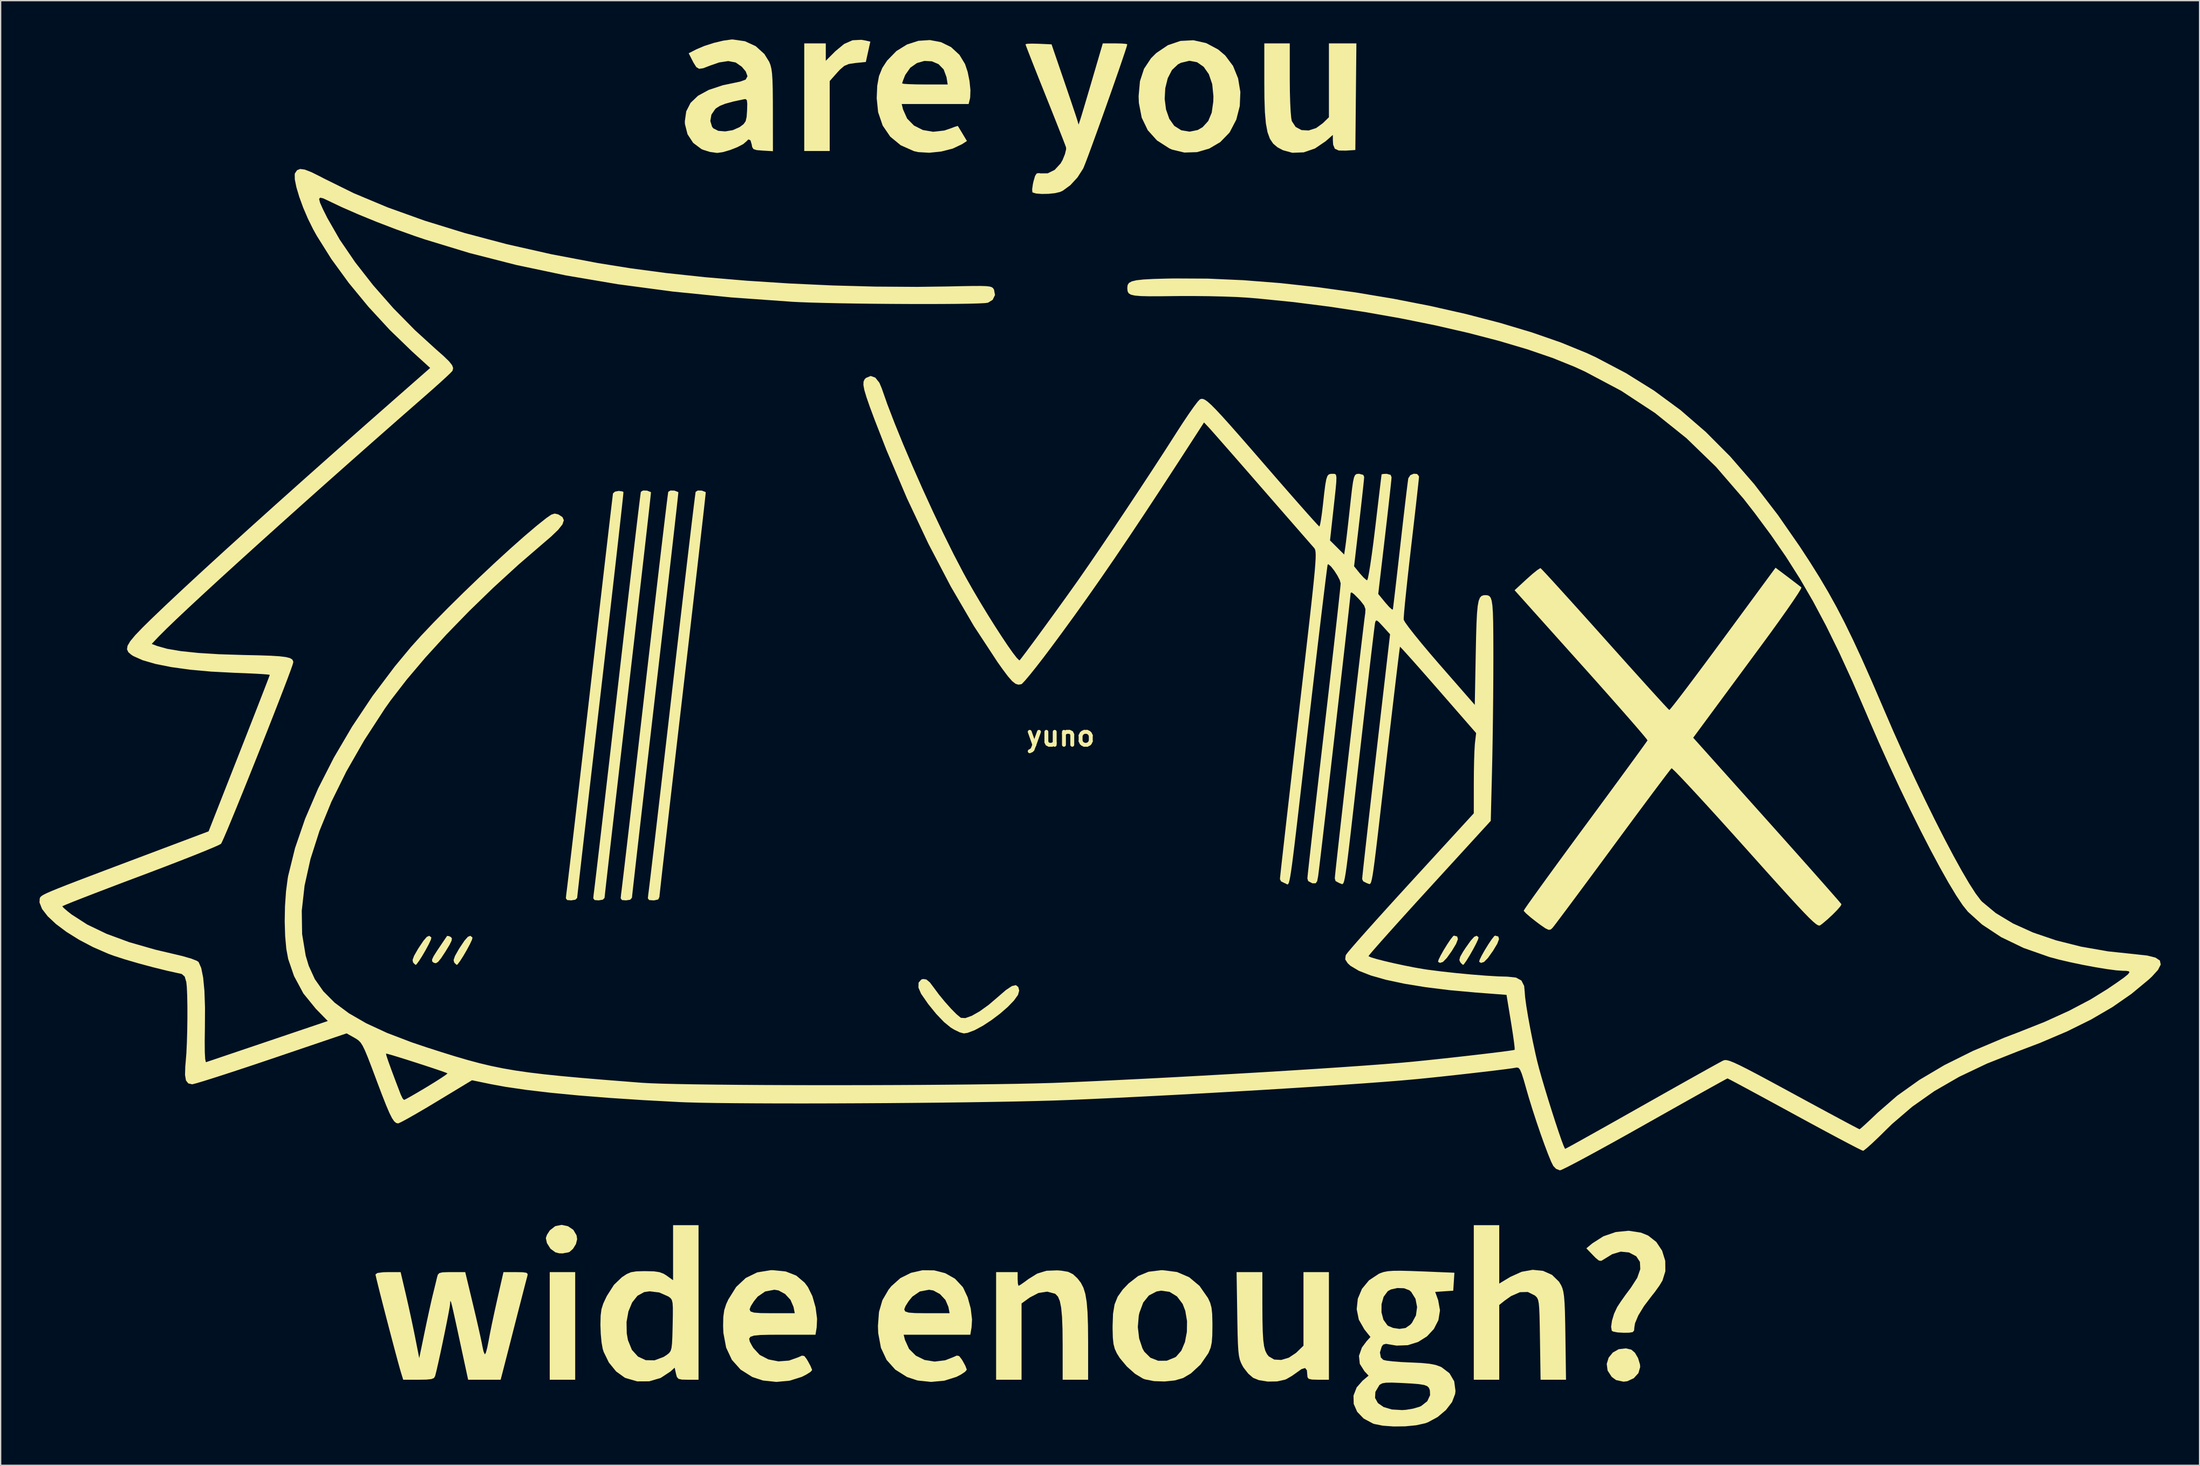
<source format=kicad_pcb>
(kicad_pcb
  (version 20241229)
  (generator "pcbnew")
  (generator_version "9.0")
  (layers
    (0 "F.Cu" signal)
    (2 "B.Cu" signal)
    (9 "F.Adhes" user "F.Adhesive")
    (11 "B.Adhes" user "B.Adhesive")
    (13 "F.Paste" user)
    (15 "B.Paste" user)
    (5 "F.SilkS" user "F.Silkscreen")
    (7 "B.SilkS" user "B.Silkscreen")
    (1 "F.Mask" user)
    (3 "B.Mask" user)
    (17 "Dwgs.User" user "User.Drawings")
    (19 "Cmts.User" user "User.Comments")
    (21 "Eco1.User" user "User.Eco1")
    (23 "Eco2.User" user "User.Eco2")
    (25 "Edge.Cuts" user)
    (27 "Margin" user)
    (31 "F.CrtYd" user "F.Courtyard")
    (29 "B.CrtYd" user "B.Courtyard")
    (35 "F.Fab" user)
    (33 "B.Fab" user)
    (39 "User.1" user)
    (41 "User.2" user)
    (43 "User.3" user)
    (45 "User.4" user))
  (footprint "yuno"
    (layer "F.Cu")
    (at 78.866 53.823)
    (property "Reference" "yuno" (at 0 0 0) (layer "F.SilkS") (effects (font (size 1.5 1.5) (thickness 0.3))))
    (attr board_only exclude_from_pos_files exclude_from_bom)
    (fp_poly (pts (xy -37.495 45.584) (xy -37.495 49.742) (xy -38.478 49.742) (xy -39.461 49.742) (xy -39.461 45.584) (xy -39.461 41.426) (xy -38.478 41.426) (xy -37.495 41.426)) (stroke (width 0) (type solid)) (fill yes) (layer "F.SilkS"))
    (fp_poly (pts (xy 30.619 15.49) (xy 30.676 15.692) (xy 30.536 16.06) (xy 30.212 16.598) (xy 29.817 17.154) (xy 29.519 17.458) (xy 29.289 17.533) (xy 29.142 17.45) (xy 29.177 17.295) (xy 29.336 16.967) (xy 29.574 16.545) (xy 29.845 16.104) (xy 30.101 15.722) (xy 30.296 15.475) (xy 30.368 15.424)) (stroke (width 0) (type solid)) (fill yes) (layer "F.SilkS"))
    (fp_poly (pts (xy 33.794 15.49) (xy 33.851 15.692) (xy 33.711 16.06) (xy 33.387 16.598) (xy 32.992 17.154) (xy 32.694 17.458) (xy 32.464 17.533) (xy 32.317 17.45) (xy 32.352 17.295) (xy 32.511 16.967) (xy 32.749 16.545) (xy 33.02 16.104) (xy 33.276 15.722) (xy 33.471 15.475) (xy 33.543 15.424)) (stroke (width 0) (type solid)) (fill yes) (layer "F.SilkS"))
    (fp_poly (pts (xy 44.065 47.417) (xy 44.344 47.653) (xy 44.588 48.072) (xy 44.734 48.553) (xy 44.752 48.758) (xy 44.615 49.233) (xy 44.257 49.624) (xy 43.759 49.857) (xy 43.467 49.893) (xy 42.89 49.769) (xy 42.553 49.522) (xy 42.234 49.033) (xy 42.168 48.52) (xy 42.315 48.037) (xy 42.637 47.64) (xy 43.093 47.382) (xy 43.646 47.318)) (stroke (width 0) (type solid)) (fill yes) (layer "F.SilkS"))
    (fp_poly (pts (xy -48.627 15.544) (xy -48.603 15.58) (xy -48.644 15.75) (xy -48.805 16.094) (xy -49.041 16.534) (xy -49.307 16.99) (xy -49.557 17.384) (xy -49.747 17.637) (xy -49.817 17.689) (xy -49.932 17.591) (xy -50.016 17.497) (xy -50.055 17.31) (xy -49.939 16.986) (xy -49.651 16.481) (xy -49.577 16.363) (xy -49.214 15.821) (xy -48.956 15.522) (xy -48.772 15.439)) (stroke (width 0) (type solid)) (fill yes) (layer "F.SilkS"))
    (fp_poly (pts (xy -45.444 15.556) (xy -45.428 15.58) (xy -45.469 15.75) (xy -45.63 16.094) (xy -45.866 16.534) (xy -46.132 16.99) (xy -46.382 17.384) (xy -46.572 17.637) (xy -46.642 17.689) (xy -46.757 17.591) (xy -46.843 17.494) (xy -46.886 17.31) (xy -46.779 16.997) (xy -46.503 16.507) (xy -46.412 16.36) (xy -46.047 15.815) (xy -45.784 15.516) (xy -45.594 15.438)) (stroke (width 0) (type solid)) (fill yes) (layer "F.SilkS"))
    (fp_poly (pts (xy 32.259 15.541) (xy 32.272 15.561) (xy 32.23 15.727) (xy 32.07 16.069) (xy 31.837 16.509) (xy 31.575 16.969) (xy 31.328 17.368) (xy 31.142 17.63) (xy 31.071 17.689) (xy 30.955 17.59) (xy 30.85 17.471) (xy 30.786 17.306) (xy 30.849 17.062) (xy 31.064 16.68) (xy 31.291 16.337) (xy 31.669 15.808) (xy 31.934 15.516) (xy 32.12 15.436)) (stroke (width 0) (type solid)) (fill yes) (layer "F.SilkS"))
    (fp_poly (pts (xy -38.051 37.88) (xy -37.639 38.159) (xy -37.387 38.586) (xy -37.344 38.884) (xy -37.437 39.258) (xy -37.661 39.623) (xy -37.937 39.87) (xy -38.088 39.914) (xy -38.352 39.956) (xy -38.428 39.978) (xy -38.712 39.977) (xy -39.023 39.897) (xy -39.402 39.622) (xy -39.678 39.184) (xy -39.763 38.794) (xy -39.676 38.544) (xy -39.463 38.214) (xy -39.45 38.196) (xy -39.035 37.873) (xy -38.542 37.776)) (stroke (width 0) (type solid)) (fill yes) (layer "F.SilkS"))
    (fp_poly (pts (xy -47.241 15.463) (xy -47.113 15.524) (xy -47.018 15.627) (xy -47.039 15.811) (xy -47.194 16.13) (xy -47.503 16.639) (xy -47.517 16.662) (xy -47.852 17.17) (xy -48.083 17.455) (xy -48.256 17.559) (xy -48.415 17.523) (xy -48.419 17.521) (xy -48.539 17.421) (xy -48.549 17.272) (xy -48.429 17.014) (xy -48.158 16.587) (xy -48.056 16.434) (xy -47.748 15.976) (xy -47.511 15.627) (xy -47.391 15.452) (xy -47.386 15.445)) (stroke (width 0) (type solid)) (fill yes) (layer "F.SilkS"))
    (fp_poly (pts (xy -15.149 -53.755) (xy -14.702 -53.657) (xy -14.876 -52.871) (xy -15.049 -52.085) (xy -15.863 -52.003) (xy -16.364 -51.928) (xy -16.717 -51.78) (xy -17.052 -51.491) (xy -17.259 -51.266) (xy -17.84 -50.61) (xy -17.84 -47.908) (xy -17.84 -45.206) (xy -18.823 -45.206) (xy -19.806 -45.206) (xy -19.806 -49.364) (xy -19.806 -53.521) (xy -18.974 -53.521) (xy -18.143 -53.521) (xy -18.143 -52.848) (xy -18.143 -52.175) (xy -17.404 -52.914) (xy -16.729 -53.475) (xy -16.076 -53.763) (xy -15.393 -53.797)) (stroke (width 0) (type solid)) (fill yes) (layer "F.SilkS"))
    (fp_poly (pts (xy -10.374 18.814) (xy -10.107 19.037) (xy -9.794 19.451) (xy -9.4 19.983) (xy -8.939 20.545) (xy -8.469 21.071) (xy -8.049 21.496) (xy -7.738 21.754) (xy -7.699 21.778) (xy -7.366 21.798) (xy -6.871 21.621) (xy -6.256 21.272) (xy -5.565 20.775) (xy -4.849 20.163) (xy -4.228 19.626) (xy -3.771 19.323) (xy -3.46 19.25) (xy -3.274 19.401) (xy -3.205 19.672) (xy -3.299 20.007) (xy -3.61 20.441) (xy -4.089 20.936) (xy -4.682 21.452) (xy -5.341 21.95) (xy -6.013 22.39) (xy -6.648 22.733) (xy -7.194 22.939) (xy -7.482 22.981) (xy -7.791 22.9) (xy -8.223 22.692) (xy -8.493 22.528) (xy -9.018 22.098) (xy -9.616 21.472) (xy -10.223 20.725) (xy -10.776 19.929) (xy -10.788 19.91) (xy -10.988 19.442) (xy -10.977 19.055) (xy -10.765 18.816) (xy -10.625 18.775)) (stroke (width 0) (type solid)) (fill yes) (layer "F.SilkS"))
    (fp_poly (pts (xy 17.689 -50.747) (xy 17.698 -49.81) (xy 17.722 -48.96) (xy 17.758 -48.253) (xy 17.804 -47.746) (xy 17.848 -47.517) (xy 18.142 -47.065) (xy 18.596 -46.822) (xy 19.145 -46.791) (xy 19.727 -46.978) (xy 20.245 -47.355) (xy 20.713 -47.812) (xy 20.713 -50.667) (xy 20.713 -53.521) (xy 21.774 -53.521) (xy 22.835 -53.521) (xy 22.794 -49.401) (xy 22.754 -45.282) (xy 22.013 -45.235) (xy 21.476 -45.241) (xy 21.171 -45.378) (xy 21.039 -45.691) (xy 21.018 -46.015) (xy 21.015 -46.447) (xy 20.46 -45.959) (xy 19.638 -45.401) (xy 18.764 -45.1) (xy 17.888 -45.067) (xy 17.16 -45.267) (xy 16.74 -45.491) (xy 16.408 -45.773) (xy 16.155 -46.15) (xy 15.971 -46.656) (xy 15.846 -47.328) (xy 15.769 -48.201) (xy 15.732 -49.31) (xy 15.724 -50.441) (xy 15.724 -53.521) (xy 16.707 -53.521) (xy 17.689 -53.521)) (stroke (width 0) (type solid)) (fill yes) (layer "F.SilkS"))
    (fp_poly (pts (xy 33.867 40.054) (xy 33.867 42.311) (xy 34.727 41.793) (xy 35.596 41.4) (xy 36.453 41.248) (xy 37.251 41.33) (xy 37.943 41.639) (xy 38.482 42.166) (xy 38.651 42.449) (xy 38.745 42.672) (xy 38.817 42.942) (xy 38.871 43.304) (xy 38.911 43.8) (xy 38.94 44.473) (xy 38.961 45.367) (xy 38.977 46.378) (xy 39.023 49.742) (xy 38.041 49.742) (xy 37.059 49.742) (xy 37.013 46.629) (xy 36.996 45.583) (xy 36.978 44.799) (xy 36.955 44.232) (xy 36.92 43.841) (xy 36.869 43.584) (xy 36.797 43.419) (xy 36.699 43.304) (xy 36.609 43.227) (xy 36.073 42.961) (xy 35.466 42.977) (xy 34.779 43.279) (xy 34.27 43.64) (xy 33.867 43.964) (xy 33.867 46.853) (xy 33.867 49.742) (xy 32.884 49.742) (xy 31.901 49.742) (xy 31.901 43.77) (xy 31.901 37.798) (xy 32.884 37.798) (xy 33.867 37.798)) (stroke (width 0) (type solid)) (fill yes) (layer "F.SilkS"))
    (fp_poly (pts (xy 0.037 41.313) (xy 0.57 41.402) (xy 0.95 41.589) (xy 1.297 41.915) (xy 1.554 42.244) (xy 1.753 42.629) (xy 1.901 43.11) (xy 2.005 43.729) (xy 2.071 44.525) (xy 2.106 45.54) (xy 2.117 46.815) (xy 2.117 46.876) (xy 2.117 49.742) (xy 1.134 49.742) (xy 0.151 49.742) (xy 0.15 47.058) (xy 0.139 45.839) (xy 0.102 44.888) (xy 0.035 44.174) (xy -0.068 43.664) (xy -0.211 43.324) (xy -0.399 43.122) (xy -0.45 43.091) (xy -1.047 42.935) (xy -1.716 43.038) (xy -2.39 43.388) (xy -2.396 43.393) (xy -3.024 43.847) (xy -3.024 46.794) (xy -3.024 49.742) (xy -4.007 49.742) (xy -4.989 49.742) (xy -4.989 45.584) (xy -4.989 41.426) (xy -4.158 41.426) (xy -3.326 41.426) (xy -3.326 41.955) (xy -3.308 42.305) (xy -3.262 42.48) (xy -3.252 42.485) (xy -3.101 42.4) (xy -2.788 42.182) (xy -2.492 41.962) (xy -1.811 41.538) (xy -1.104 41.322) (xy -0.268 41.29)) (stroke (width 0) (type solid)) (fill yes) (layer "F.SilkS"))
    (fp_poly (pts (xy 44.808 38.374) (xy 45.363 38.599) (xy 45.995 39.094) (xy 46.444 39.769) (xy 46.686 40.549) (xy 46.696 41.359) (xy 46.474 42.076) (xy 46.24 42.464) (xy 45.894 42.949) (xy 45.634 43.277) (xy 45.042 44.058) (xy 44.606 44.775) (xy 44.353 45.378) (xy 44.301 45.697) (xy 44.282 45.936) (xy 44.179 46.06) (xy 43.916 46.106) (xy 43.476 46.113) (xy 43.002 46.086) (xy 42.661 46.018) (xy 42.557 45.956) (xy 42.506 45.649) (xy 42.574 45.177) (xy 42.736 44.64) (xy 42.969 44.139) (xy 42.983 44.115) (xy 43.245 43.714) (xy 43.617 43.187) (xy 44.02 42.648) (xy 44.034 42.629) (xy 44.526 41.864) (xy 44.758 41.194) (xy 44.731 40.635) (xy 44.446 40.203) (xy 43.903 39.914) (xy 43.873 39.905) (xy 43.25 39.844) (xy 42.592 40.04) (xy 41.946 40.438) (xy 41.744 40.558) (xy 41.564 40.535) (xy 41.321 40.338) (xy 41.115 40.129) (xy 40.595 39.588) (xy 41.048 39.209) (xy 41.909 38.658) (xy 42.87 38.328) (xy 43.86 38.23)) (stroke (width 0) (type solid)) (fill yes) (layer "F.SilkS"))
    (fp_poly (pts (xy 15.574 43.959) (xy 15.581 45.105) (xy 15.601 45.991) (xy 15.641 46.658) (xy 15.705 47.148) (xy 15.799 47.501) (xy 15.928 47.761) (xy 16.066 47.936) (xy 16.488 48.183) (xy 17.03 48.213) (xy 17.617 48.038) (xy 18.172 47.668) (xy 18.231 47.612) (xy 18.748 47.112) (xy 18.748 44.269) (xy 18.748 41.426) (xy 19.73 41.426) (xy 20.713 41.426) (xy 20.713 45.584) (xy 20.713 49.742) (xy 19.882 49.742) (xy 19.399 49.728) (xy 19.148 49.67) (xy 19.057 49.543) (xy 19.05 49.452) (xy 19.011 49.007) (xy 18.871 48.835) (xy 18.596 48.921) (xy 18.3 49.132) (xy 17.863 49.442) (xy 17.444 49.684) (xy 17.323 49.737) (xy 16.701 49.873) (xy 15.985 49.884) (xy 15.307 49.775) (xy 14.861 49.596) (xy 14.488 49.275) (xy 14.132 48.822) (xy 14.03 48.651) (xy 13.916 48.42) (xy 13.829 48.181) (xy 13.765 47.889) (xy 13.719 47.499) (xy 13.686 46.966) (xy 13.662 46.243) (xy 13.643 45.286) (xy 13.634 44.715) (xy 13.582 41.426) (xy 14.577 41.426) (xy 15.573 41.426)) (stroke (width 0) (type solid)) (fill yes) (layer "F.SilkS"))
    (fp_poly (pts (xy 11.233 -53.543) (xy 12.159 -53.05) (xy 12.707 -52.584) (xy 13.31 -51.777) (xy 13.7 -50.815) (xy 13.874 -49.762) (xy 13.829 -48.68) (xy 13.561 -47.632) (xy 13.067 -46.681) (xy 13.013 -46.605) (xy 12.324 -45.894) (xy 11.474 -45.393) (xy 10.528 -45.117) (xy 9.55 -45.085) (xy 8.604 -45.312) (xy 8.391 -45.406) (xy 7.435 -46.02) (xy 6.722 -46.812) (xy 6.255 -47.781) (xy 6.035 -48.923) (xy 6.024 -49.23) (xy 8.029 -49.23) (xy 8.132 -48.417) (xy 8.387 -47.69) (xy 8.77 -47.148) (xy 9.307 -46.808) (xy 9.945 -46.7) (xy 10.583 -46.828) (xy 10.959 -47.046) (xy 11.392 -47.522) (xy 11.661 -48.163) (xy 11.782 -49.016) (xy 11.793 -49.44) (xy 11.7 -50.374) (xy 11.44 -51.139) (xy 11.04 -51.711) (xy 10.53 -52.066) (xy 9.935 -52.177) (xy 9.285 -52.02) (xy 9.059 -51.903) (xy 8.594 -51.465) (xy 8.265 -50.826) (xy 8.075 -50.057) (xy 8.029 -49.23) (xy 6.024 -49.23) (xy 6.016 -49.444) (xy 6.12 -50.595) (xy 6.432 -51.555) (xy 6.971 -52.367) (xy 7.378 -52.774) (xy 8.277 -53.381) (xy 9.248 -53.711) (xy 10.248 -53.764)) (stroke (width 0) (type solid)) (fill yes) (layer "F.SilkS"))
    (fp_poly (pts (xy -33.845 -18.9) (xy -33.769 -18.851) (xy -33.78 -18.699) (xy -33.825 -18.266) (xy -33.9 -17.572) (xy -34.003 -16.637) (xy -34.132 -15.482) (xy -34.285 -14.125) (xy -34.46 -12.586) (xy -34.654 -10.886) (xy -34.865 -9.044) (xy -35.092 -7.08) (xy -35.33 -5.014) (xy -35.535 -3.244) (xy -35.784 -1.105) (xy -36.022 0.951) (xy -36.248 2.903) (xy -36.459 4.732) (xy -36.653 6.418) (xy -36.828 7.94) (xy -36.981 9.278) (xy -37.11 10.412) (xy -37.213 11.323) (xy -37.288 11.989) (xy -37.332 12.392) (xy -37.343 12.511) (xy -37.478 12.648) (xy -37.804 12.7) (xy -38.114 12.676) (xy -38.216 12.541) (xy -38.182 12.209) (xy -38.153 11.992) (xy -38.093 11.496) (xy -38.003 10.742) (xy -37.885 9.749) (xy -37.743 8.54) (xy -37.579 7.136) (xy -37.395 5.556) (xy -37.193 3.822) (xy -36.977 1.956) (xy -36.748 -0.023) (xy -36.509 -2.093) (xy -36.358 -3.402) (xy -36.115 -5.511) (xy -35.881 -7.537) (xy -35.659 -9.459) (xy -35.451 -11.258) (xy -35.26 -12.913) (xy -35.087 -14.403) (xy -34.935 -15.708) (xy -34.807 -16.807) (xy -34.704 -17.68) (xy -34.63 -18.307) (xy -34.587 -18.667) (xy -34.576 -18.748) (xy -34.423 -18.883) (xy -34.128 -18.94)) (stroke (width 0) (type solid)) (fill yes) (layer "F.SilkS"))
    (fp_poly (pts (xy -31.955 -18.964) (xy -31.669 -18.855) (xy -31.644 -18.837) (xy -31.657 -18.687) (xy -31.702 -18.256) (xy -31.778 -17.564) (xy -31.883 -16.631) (xy -32.013 -15.478) (xy -32.167 -14.122) (xy -32.343 -12.586) (xy -32.538 -10.887) (xy -32.749 -9.046) (xy -32.976 -7.083) (xy -33.215 -5.018) (xy -33.42 -3.246) (xy -33.668 -1.107) (xy -33.906 0.949) (xy -34.132 2.902) (xy -34.343 4.731) (xy -34.537 6.416) (xy -34.712 7.938) (xy -34.865 9.277) (xy -34.994 10.411) (xy -35.098 11.322) (xy -35.172 11.988) (xy -35.216 12.391) (xy -35.227 12.51) (xy -35.361 12.648) (xy -35.688 12.7) (xy -35.998 12.676) (xy -36.099 12.541) (xy -36.066 12.209) (xy -36.037 11.992) (xy -35.977 11.496) (xy -35.887 10.742) (xy -35.77 9.749) (xy -35.628 8.54) (xy -35.464 7.135) (xy -35.28 5.554) (xy -35.079 3.819) (xy -34.862 1.95) (xy -34.634 -0.031) (xy -34.395 -2.104) (xy -34.237 -3.477) (xy -33.993 -5.591) (xy -33.759 -7.621) (xy -33.535 -9.548) (xy -33.325 -11.351) (xy -33.131 -13.009) (xy -32.956 -14.502) (xy -32.801 -15.811) (xy -32.669 -16.914) (xy -32.563 -17.791) (xy -32.485 -18.422) (xy -32.437 -18.786) (xy -32.423 -18.871) (xy -32.255 -18.971)) (stroke (width 0) (type solid)) (fill yes) (layer "F.SilkS"))
    (fp_poly (pts (xy -29.838 -18.964) (xy -29.551 -18.855) (xy -29.528 -18.838) (xy -29.541 -18.688) (xy -29.587 -18.257) (xy -29.663 -17.566) (xy -29.768 -16.633) (xy -29.898 -15.48) (xy -30.052 -14.125) (xy -30.228 -12.588) (xy -30.423 -10.89) (xy -30.635 -9.05) (xy -30.861 -7.087) (xy -31.1 -5.022) (xy -31.305 -3.262) (xy -31.553 -1.123) (xy -31.791 0.932) (xy -32.017 2.885) (xy -32.227 4.714) (xy -32.421 6.4) (xy -32.596 7.922) (xy -32.749 9.26) (xy -32.878 10.395) (xy -32.981 11.306) (xy -33.056 11.973) (xy -33.1 12.376) (xy -33.111 12.496) (xy -33.247 12.651) (xy -33.571 12.7) (xy -33.881 12.676) (xy -33.983 12.54) (xy -33.95 12.209) (xy -33.921 11.992) (xy -33.861 11.496) (xy -33.771 10.742) (xy -33.654 9.749) (xy -33.512 8.54) (xy -33.348 7.135) (xy -33.165 5.554) (xy -32.963 3.819) (xy -32.747 1.95) (xy -32.519 -0.031) (xy -32.28 -2.104) (xy -32.122 -3.477) (xy -31.879 -5.591) (xy -31.644 -7.621) (xy -31.421 -9.548) (xy -31.211 -11.351) (xy -31.017 -13.009) (xy -30.841 -14.502) (xy -30.686 -15.811) (xy -30.555 -16.914) (xy -30.448 -17.791) (xy -30.37 -18.422) (xy -30.322 -18.786) (xy -30.308 -18.871) (xy -30.139 -18.971)) (stroke (width 0) (type solid)) (fill yes) (layer "F.SilkS"))
    (fp_poly (pts (xy -27.721 -18.964) (xy -27.434 -18.855) (xy -27.413 -18.839) (xy -27.426 -18.689) (xy -27.472 -18.258) (xy -27.548 -17.567) (xy -27.653 -16.635) (xy -27.784 -15.482) (xy -27.938 -14.128) (xy -28.114 -12.592) (xy -28.31 -10.895) (xy -28.522 -9.056) (xy -28.748 -7.096) (xy -28.988 -5.033) (xy -29.186 -3.323) (xy -29.435 -1.187) (xy -29.673 0.867) (xy -29.899 2.819) (xy -30.11 4.647) (xy -30.304 6.334) (xy -30.478 7.857) (xy -30.631 9.196) (xy -30.761 10.332) (xy -30.863 11.245) (xy -30.937 11.913) (xy -30.981 12.317) (xy -30.991 12.435) (xy -31.084 12.632) (xy -31.397 12.699) (xy -31.464 12.7) (xy -31.781 12.677) (xy -31.885 12.545) (xy -31.849 12.211) (xy -31.848 12.209) (xy -31.819 11.992) (xy -31.758 11.496) (xy -31.667 10.742) (xy -31.55 9.749) (xy -31.407 8.54) (xy -31.242 7.135) (xy -31.058 5.554) (xy -30.856 3.819) (xy -30.639 1.95) (xy -30.409 -0.031) (xy -30.17 -2.103) (xy -30.012 -3.477) (xy -29.768 -5.591) (xy -29.532 -7.621) (xy -29.308 -9.548) (xy -29.098 -11.351) (xy -28.903 -13.009) (xy -28.727 -14.502) (xy -28.572 -15.811) (xy -28.44 -16.914) (xy -28.333 -17.791) (xy -28.254 -18.422) (xy -28.206 -18.786) (xy -28.192 -18.871) (xy -28.023 -18.972)) (stroke (width 0) (type solid)) (fill yes) (layer "F.SilkS"))
    (fp_poly (pts (xy -9.771 41.29) (xy -8.917 41.509) (xy -8.166 41.935) (xy -7.575 42.567) (xy -7.523 42.647) (xy -7.183 43.377) (xy -6.949 44.236) (xy -6.848 45.092) (xy -6.882 45.675) (xy -6.981 46.264) (xy -9.555 46.264) (xy -12.128 46.264) (xy -12.026 46.671) (xy -11.711 47.361) (xy -11.188 47.882) (xy -10.511 48.215) (xy -9.736 48.34) (xy -8.917 48.237) (xy -8.311 48.001) (xy -8.026 47.875) (xy -7.844 47.912) (xy -7.655 48.153) (xy -7.571 48.287) (xy -7.368 48.657) (xy -7.262 48.934) (xy -7.257 48.973) (xy -7.384 49.128) (xy -7.711 49.345) (xy -8.051 49.52) (xy -8.99 49.816) (xy -10.029 49.91) (xy -11.055 49.801) (xy -11.868 49.533) (xy -12.776 48.961) (xy -13.446 48.211) (xy -13.884 47.275) (xy -14.094 46.145) (xy -14.115 45.584) (xy -14.034 44.503) (xy -13.976 44.303) (xy -12.083 44.303) (xy -12.013 44.464) (xy -11.743 44.554) (xy -11.24 44.592) (xy -10.471 44.601) (xy -10.338 44.601) (xy -8.58 44.601) (xy -8.674 44.11) (xy -8.903 43.576) (xy -9.32 43.128) (xy -9.832 42.846) (xy -10.17 42.789) (xy -10.878 42.921) (xy -11.459 43.32) (xy -11.751 43.681) (xy -11.985 44.049) (xy -12.083 44.303) (xy -13.976 44.303) (xy -13.772 43.6) (xy -13.301 42.79) (xy -13.082 42.515) (xy -12.384 41.891) (xy -11.561 41.48) (xy -10.671 41.28)) (stroke (width 0) (type solid)) (fill yes) (layer "F.SilkS"))
    (fp_poly (pts (xy -9.245 -53.616) (xy -8.47 -53.235) (xy -7.821 -52.637) (xy -7.387 -51.922) (xy -7.187 -51.323) (xy -7.043 -50.613) (xy -6.972 -49.914) (xy -6.991 -49.343) (xy -7.014 -49.225) (xy -7.112 -48.835) (xy -9.695 -48.835) (xy -12.279 -48.835) (xy -12.177 -48.419) (xy -11.861 -47.711) (xy -11.333 -47.173) (xy -10.645 -46.826) (xy -9.847 -46.691) (xy -8.991 -46.787) (xy -8.514 -46.947) (xy -8.162 -47.082) (xy -7.958 -47.139) (xy -7.941 -47.136) (xy -7.854 -46.994) (xy -7.667 -46.685) (xy -7.579 -46.537) (xy -7.243 -45.978) (xy -7.621 -45.731) (xy -8.337 -45.392) (xy -9.22 -45.166) (xy -10.149 -45.069) (xy -11.005 -45.119) (xy -11.34 -45.196) (xy -12.355 -45.648) (xy -13.163 -46.312) (xy -13.749 -47.171) (xy -14.102 -48.205) (xy -14.21 -49.288) (xy -14.17 -50.241) (xy -14.137 -50.427) (xy -12.246 -50.427) (xy -12.105 -50.395) (xy -11.721 -50.37) (xy -11.153 -50.352) (xy -10.488 -50.346) (xy -8.729 -50.346) (xy -8.82 -50.913) (xy -9.039 -51.508) (xy -9.437 -51.916) (xy -9.953 -52.136) (xy -10.528 -52.165) (xy -11.101 -52.002) (xy -11.611 -51.645) (xy -12 -51.093) (xy -12.038 -51.006) (xy -12.176 -50.655) (xy -12.245 -50.441) (xy -12.246 -50.427) (xy -14.137 -50.427) (xy -14.036 -50.989) (xy -13.78 -51.621) (xy -13.407 -52.191) (xy -12.691 -52.927) (xy -11.87 -53.436) (xy -10.992 -53.719) (xy -10.101 -53.778)) (stroke (width 0) (type solid)) (fill yes) (layer "F.SilkS"))
    (fp_poly (pts (xy 8.979 41.417) (xy 9.922 41.822) (xy 10.721 42.492) (xy 11.371 43.425) (xy 11.383 43.447) (xy 11.544 43.798) (xy 11.645 44.172) (xy 11.698 44.656) (xy 11.716 45.332) (xy 11.717 45.584) (xy 11.706 46.334) (xy 11.665 46.866) (xy 11.58 47.264) (xy 11.438 47.613) (xy 11.383 47.721) (xy 10.799 48.566) (xy 10.061 49.249) (xy 9.453 49.61) (xy 8.809 49.797) (xy 8.018 49.877) (xy 7.209 49.85) (xy 6.512 49.713) (xy 6.35 49.652) (xy 5.736 49.279) (xy 5.108 48.72) (xy 4.565 48.069) (xy 4.334 47.701) (xy 4.176 47.357) (xy 4.077 46.983) (xy 4.025 46.495) (xy 4.007 45.81) (xy 4.007 45.671) (xy 5.955 45.671) (xy 6.058 46.555) (xy 6.318 47.33) (xy 6.456 47.574) (xy 6.926 48.041) (xy 7.53 48.277) (xy 8.19 48.272) (xy 8.83 48.013) (xy 8.92 47.951) (xy 9.316 47.494) (xy 9.594 46.834) (xy 9.743 46.048) (xy 9.756 45.216) (xy 9.621 44.416) (xy 9.416 43.882) (xy 8.979 43.303) (xy 8.405 42.952) (xy 7.754 42.858) (xy 7.401 42.922) (xy 6.809 43.233) (xy 6.374 43.774) (xy 6.079 44.567) (xy 6.028 44.798) (xy 5.955 45.671) (xy 4.007 45.671) (xy 4.007 45.584) (xy 4.04 44.645) (xy 4.16 43.92) (xy 4.4 43.324) (xy 4.789 42.775) (xy 5.241 42.303) (xy 5.977 41.729) (xy 6.777 41.399) (xy 7.725 41.28) (xy 7.895 41.278)) (stroke (width 0) (type solid)) (fill yes) (layer "F.SilkS"))
    (fp_poly (pts (xy -21.232 41.377) (xy -20.422 41.695) (xy -19.775 42.242) (xy -19.526 42.573) (xy -19.176 43.285) (xy -18.93 44.15) (xy -18.815 45.03) (xy -18.846 45.697) (xy -18.938 46.264) (xy -21.489 46.264) (xy -22.483 46.267) (xy -23.207 46.285) (xy -23.69 46.332) (xy -23.964 46.424) (xy -24.061 46.573) (xy -24.012 46.795) (xy -23.848 47.104) (xy -23.732 47.295) (xy -23.243 47.825) (xy -22.573 48.172) (xy -21.796 48.323) (xy -20.983 48.262) (xy -20.27 48.008) (xy -19.984 47.879) (xy -19.803 47.908) (xy -19.624 48.137) (xy -19.517 48.317) (xy -19.317 48.689) (xy -19.208 48.958) (xy -19.201 49.001) (xy -19.327 49.141) (xy -19.654 49.347) (xy -19.995 49.52) (xy -20.934 49.816) (xy -21.973 49.91) (xy -22.999 49.801) (xy -23.813 49.533) (xy -24.723 48.958) (xy -25.396 48.204) (xy -25.837 47.263) (xy -26.051 46.126) (xy -26.073 45.584) (xy -26.058 44.891) (xy -25.987 44.374) (xy -25.965 44.304) (xy -24.027 44.304) (xy -23.957 44.465) (xy -23.686 44.554) (xy -23.181 44.592) (xy -22.41 44.601) (xy -22.289 44.601) (xy -20.538 44.601) (xy -20.636 44.11) (xy -20.87 43.567) (xy -21.285 43.118) (xy -21.794 42.84) (xy -22.114 42.789) (xy -22.822 42.921) (xy -23.403 43.32) (xy -23.695 43.681) (xy -23.929 44.05) (xy -24.027 44.304) (xy -25.965 44.304) (xy -25.837 43.906) (xy -25.669 43.538) (xy -25.064 42.573) (xy -24.323 41.878) (xy -23.441 41.447) (xy -22.411 41.278) (xy -22.237 41.275)) (stroke (width 0) (type solid)) (fill yes) (layer "F.SilkS"))
    (fp_poly (pts (xy -27.97 43.77) (xy -27.97 49.742) (xy -28.79 49.742) (xy -29.264 49.731) (xy -29.521 49.672) (xy -29.645 49.522) (xy -29.712 49.276) (xy -29.814 48.81) (xy -30.139 49.107) (xy -30.9 49.607) (xy -31.78 49.864) (xy -32.704 49.869) (xy -33.599 49.612) (xy -33.683 49.572) (xy -34.337 49.099) (xy -34.897 48.409) (xy -35.298 47.587) (xy -35.374 47.341) (xy -35.458 46.869) (xy -35.52 46.224) (xy -35.546 45.538) (xy -35.546 45.458) (xy -35.542 45.28) (xy -33.53 45.28) (xy -33.514 46.159) (xy -33.421 46.684) (xy -33.116 47.434) (xy -32.643 47.955) (xy -32.046 48.23) (xy -31.37 48.243) (xy -30.66 47.977) (xy -30.389 47.798) (xy -30.235 47.67) (xy -30.128 47.519) (xy -30.059 47.289) (xy -30.016 46.926) (xy -29.99 46.373) (xy -29.97 45.575) (xy -29.969 45.536) (xy -29.954 44.73) (xy -29.953 44.172) (xy -29.976 43.808) (xy -30.031 43.583) (xy -30.124 43.443) (xy -30.266 43.333) (xy -30.306 43.307) (xy -31.003 42.999) (xy -31.755 42.91) (xy -32.167 42.969) (xy -32.684 43.253) (xy -33.096 43.77) (xy -33.384 44.464) (xy -33.53 45.28) (xy -35.542 45.28) (xy -35.53 44.788) (xy -35.467 44.295) (xy -35.327 43.852) (xy -35.083 43.332) (xy -35.045 43.259) (xy -34.5 42.406) (xy -33.89 41.822) (xy -33.519 41.577) (xy -33.19 41.435) (xy -32.795 41.369) (xy -32.227 41.351) (xy -32.075 41.351) (xy -31.431 41.366) (xy -30.991 41.428) (xy -30.658 41.555) (xy -30.427 41.701) (xy -29.936 42.052) (xy -29.936 39.925) (xy -29.936 37.798) (xy -28.953 37.798) (xy -27.97 37.798)) (stroke (width 0) (type solid)) (fill yes) (layer "F.SilkS"))
    (fp_poly (pts (xy 4.685 -53.511) (xy 5.027 -53.484) (xy 5.14 -53.45) (xy 5.091 -53.261) (xy 4.953 -52.83) (xy 4.74 -52.198) (xy 4.469 -51.406) (xy 4.152 -50.496) (xy 3.805 -49.509) (xy 3.443 -48.486) (xy 3.08 -47.47) (xy 2.731 -46.501) (xy 2.411 -45.621) (xy 2.135 -44.871) (xy 1.916 -44.293) (xy 1.771 -43.929) (xy 1.733 -43.845) (xy 1.294 -43.16) (xy 0.745 -42.564) (xy 0.168 -42.141) (xy -0.048 -42.04) (xy -0.439 -41.947) (xy -0.943 -41.895) (xy -1.463 -41.886) (xy -1.901 -41.92) (xy -2.162 -41.997) (xy -2.187 -42.023) (xy -2.206 -42.244) (xy -2.15 -42.641) (xy -2.1 -42.866) (xy -1.977 -43.286) (xy -1.852 -43.474) (xy -1.666 -43.497) (xy -1.568 -43.476) (xy -1.003 -43.48) (xy -0.463 -43.748) (xy -0.007 -44.245) (xy 0.146 -44.514) (xy 0.329 -44.968) (xy 0.418 -45.343) (xy 0.414 -45.476) (xy 0.34 -45.681) (xy 0.169 -46.127) (xy -0.085 -46.774) (xy -0.405 -47.585) (xy -0.776 -48.518) (xy -1.183 -49.536) (xy -1.19 -49.554) (xy -1.593 -50.561) (xy -1.956 -51.475) (xy -2.265 -52.258) (xy -2.505 -52.873) (xy -2.662 -53.284) (xy -2.721 -53.453) (xy -2.721 -53.454) (xy -2.584 -53.489) (xy -2.222 -53.502) (xy -1.715 -53.491) (xy -1.714 -53.491) (xy -0.707 -53.446) (xy 0.225 -50.724) (xy 0.525 -49.846) (xy 0.797 -49.044) (xy 1.023 -48.371) (xy 1.187 -47.881) (xy 1.269 -47.625) (xy 1.381 -47.247) (xy 1.508 -47.625) (xy 1.59 -47.886) (xy 1.74 -48.385) (xy 1.943 -49.068) (xy 2.184 -49.881) (xy 2.442 -50.762) (xy 3.25 -53.521) (xy 4.195 -53.521)) (stroke (width 0) (type solid)) (fill yes) (layer "F.SilkS"))
    (fp_poly (pts (xy -24.383 -53.687) (xy -23.552 -53.303) (xy -22.886 -52.701) (xy -22.509 -52.091) (xy -22.414 -51.846) (xy -22.343 -51.559) (xy -22.292 -51.183) (xy -22.259 -50.672) (xy -22.239 -49.98) (xy -22.23 -49.062) (xy -22.228 -48.335) (xy -22.225 -45.19) (xy -23.019 -45.236) (xy -23.484 -45.275) (xy -23.728 -45.354) (xy -23.83 -45.516) (xy -23.86 -45.697) (xy -23.958 -46.03) (xy -24.12 -46.101) (xy -24.276 -45.946) (xy -24.522 -45.736) (xy -24.967 -45.504) (xy -25.512 -45.287) (xy -26.059 -45.125) (xy -26.511 -45.057) (xy -26.534 -45.056) (xy -27.067 -45.127) (xy -27.632 -45.304) (xy -27.755 -45.36) (xy -28.383 -45.831) (xy -28.819 -46.496) (xy -29.02 -47.285) (xy -29.029 -47.497) (xy -29.025 -47.522) (xy -27.06 -47.522) (xy -26.923 -47.075) (xy -26.826 -46.955) (xy -26.445 -46.763) (xy -25.91 -46.719) (xy -25.326 -46.816) (xy -24.799 -47.05) (xy -24.78 -47.063) (xy -24.493 -47.28) (xy -24.333 -47.505) (xy -24.256 -47.838) (xy -24.221 -48.336) (xy -24.206 -48.846) (xy -24.234 -49.117) (xy -24.322 -49.214) (xy -24.448 -49.208) (xy -25.292 -49.026) (xy -25.893 -48.862) (xy -26.311 -48.698) (xy -26.604 -48.514) (xy -26.677 -48.451) (xy -26.975 -48.015) (xy -27.06 -47.522) (xy -29.025 -47.522) (xy -28.92 -48.269) (xy -28.586 -48.924) (xy -28.012 -49.473) (xy -27.184 -49.924) (xy -26.088 -50.288) (xy -24.757 -50.567) (xy -24.333 -50.719) (xy -24.188 -50.983) (xy -24.324 -51.352) (xy -24.632 -51.719) (xy -25.104 -52.046) (xy -25.673 -52.155) (xy -26.382 -52.047) (xy -27.098 -51.797) (xy -27.604 -51.602) (xy -27.922 -51.555) (xy -28.143 -51.687) (xy -28.358 -52.029) (xy -28.482 -52.27) (xy -28.73 -52.757) (xy -28.128 -53.065) (xy -27.512 -53.326) (xy -26.776 -53.561) (xy -26.043 -53.736) (xy -25.433 -53.82) (xy -25.33 -53.823)) (stroke (width 0) (type solid)) (fill yes) (layer "F.SilkS"))
    (fp_poly (pts (xy -50.579 43.121) (xy -50.372 44.031) (xy -50.148 45.054) (xy -49.944 46.028) (xy -49.86 46.446) (xy -49.539 48.075) (xy -49.127 46.074) (xy -48.951 45.235) (xy -48.773 44.413) (xy -48.614 43.698) (xy -48.493 43.183) (xy -48.488 43.165) (xy -48.349 42.602) (xy -48.227 42.098) (xy -48.167 41.842) (xy -48.102 41.623) (xy -47.983 41.499) (xy -47.737 41.442) (xy -47.291 41.427) (xy -47.03 41.426) (xy -45.987 41.426) (xy -45.374 43.979) (xy -45.164 44.866) (xy -44.973 45.696) (xy -44.815 46.405) (xy -44.704 46.929) (xy -44.662 47.154) (xy -44.579 47.538) (xy -44.489 47.757) (xy -44.461 47.776) (xy -44.388 47.639) (xy -44.291 47.278) (xy -44.188 46.769) (xy -44.178 46.715) (xy -44.075 46.161) (xy -43.922 45.406) (xy -43.738 44.544) (xy -43.544 43.667) (xy -43.516 43.54) (xy -43.035 41.426) (xy -42.069 41.426) (xy -41.546 41.436) (xy -41.266 41.476) (xy -41.167 41.566) (xy -41.18 41.691) (xy -41.238 41.909) (xy -41.36 42.375) (xy -41.532 43.043) (xy -41.744 43.866) (xy -41.984 44.8) (xy -42.107 45.282) (xy -42.361 46.276) (xy -42.598 47.203) (xy -42.806 48.013) (xy -42.97 48.653) (xy -43.079 49.074) (xy -43.105 49.175) (xy -43.252 49.742) (xy -44.508 49.742) (xy -45.763 49.742) (xy -46.325 47.134) (xy -46.572 45.985) (xy -46.764 45.104) (xy -46.907 44.46) (xy -47.008 44.024) (xy -47.076 43.767) (xy -47.118 43.661) (xy -47.141 43.676) (xy -47.152 43.783) (xy -47.156 43.874) (xy -47.191 44.132) (xy -47.279 44.622) (xy -47.408 45.285) (xy -47.563 46.057) (xy -47.733 46.878) (xy -47.904 47.685) (xy -48.065 48.418) (xy -48.201 49.013) (xy -48.3 49.41) (xy -48.32 49.477) (xy -48.407 49.613) (xy -48.608 49.693) (xy -48.986 49.732) (xy -49.589 49.742) (xy -50.777 49.742) (xy -50.93 49.25) (xy -51.034 48.894) (xy -51.191 48.326) (xy -51.388 47.595) (xy -51.612 46.749) (xy -51.852 45.836) (xy -52.095 44.905) (xy -52.327 44.003) (xy -52.538 43.18) (xy -52.713 42.481) (xy -52.841 41.958) (xy -52.909 41.656) (xy -52.917 41.605) (xy -52.768 41.493) (xy -52.324 41.435) (xy -51.947 41.426) (xy -50.977 41.426)) (stroke (width 0) (type solid)) (fill yes) (layer "F.SilkS"))
    (fp_poly (pts (xy 27.038 41.339) (xy 27.834 41.369) (xy 30.404 41.473) (xy 30.359 42.168) (xy 30.314 42.862) (xy 29.617 42.908) (xy 28.92 42.953) (xy 29.149 43.59) (xy 29.291 44.381) (xy 29.168 45.136) (xy 28.82 45.819) (xy 28.285 46.393) (xy 27.6 46.823) (xy 26.804 47.073) (xy 25.936 47.105) (xy 25.511 47.034) (xy 25.119 46.968) (xy 24.905 47.026) (xy 24.792 47.177) (xy 24.653 47.634) (xy 24.723 48.019) (xy 24.909 48.207) (xy 25.158 48.266) (xy 25.64 48.324) (xy 26.284 48.374) (xy 26.995 48.408) (xy 27.858 48.449) (xy 28.487 48.509) (xy 28.949 48.598) (xy 29.312 48.727) (xy 29.414 48.776) (xy 30.023 49.24) (xy 30.389 49.864) (xy 30.487 50.602) (xy 30.461 50.839) (xy 30.223 51.467) (xy 29.75 52.083) (xy 29.109 52.624) (xy 28.363 53.028) (xy 28.141 53.109) (xy 27.448 53.261) (xy 26.602 53.343) (xy 25.709 53.354) (xy 24.876 53.293) (xy 24.211 53.16) (xy 24.122 53.13) (xy 23.396 52.741) (xy 22.894 52.219) (xy 22.628 51.612) (xy 22.616 51.146) (xy 24.276 51.146) (xy 24.497 51.545) (xy 24.938 51.852) (xy 25.572 52.041) (xy 26.371 52.087) (xy 26.671 52.066) (xy 27.211 51.976) (xy 27.697 51.834) (xy 27.838 51.773) (xy 28.307 51.404) (xy 28.526 50.936) (xy 28.51 50.561) (xy 28.441 50.374) (xy 28.31 50.241) (xy 28.069 50.147) (xy 27.668 50.082) (xy 27.059 50.033) (xy 26.281 49.991) (xy 25.581 49.964) (xy 25.118 49.971) (xy 24.831 50.02) (xy 24.657 50.116) (xy 24.603 50.17) (xy 24.302 50.679) (xy 24.276 51.146) (xy 22.616 51.146) (xy 22.611 50.968) (xy 22.854 50.338) (xy 23.313 49.815) (xy 23.777 49.425) (xy 23.457 49.085) (xy 23.098 48.516) (xy 23.033 47.899) (xy 23.259 47.256) (xy 23.621 46.767) (xy 23.92 46.438) (xy 23.452 45.855) (xy 23.022 45.102) (xy 22.907 44.533) (xy 24.772 44.533) (xy 24.924 45.109) (xy 25.232 45.537) (xy 25.288 45.579) (xy 25.666 45.738) (xy 26.138 45.81) (xy 26.176 45.811) (xy 26.631 45.745) (xy 26.988 45.497) (xy 27.125 45.346) (xy 27.434 44.774) (xy 27.522 44.123) (xy 27.398 43.486) (xy 27.068 42.957) (xy 26.925 42.83) (xy 26.522 42.674) (xy 25.997 42.656) (xy 25.495 42.768) (xy 25.258 42.9) (xy 24.938 43.331) (xy 24.776 43.908) (xy 24.772 44.533) (xy 22.907 44.533) (xy 22.858 44.291) (xy 22.944 43.479) (xy 23.266 42.717) (xy 23.808 42.061) (xy 24.555 41.564) (xy 24.69 41.504) (xy 24.95 41.415) (xy 25.263 41.356) (xy 25.681 41.325) (xy 26.255 41.32)) (stroke (width 0) (type solid)) (fill yes) (layer "F.SilkS"))
    (fp_poly (pts (xy 56.14 -12.299) (xy 56.602 -11.947) (xy 56.975 -11.661) (xy 57.187 -11.494) (xy 57.203 -11.481) (xy 57.146 -11.338) (xy 56.928 -10.981) (xy 56.566 -10.438) (xy 56.081 -9.736) (xy 55.492 -8.904) (xy 54.819 -7.97) (xy 54.113 -7.007) (xy 53.317 -5.928) (xy 52.532 -4.864) (xy 51.787 -3.855) (xy 51.113 -2.941) (xy 50.537 -2.161) (xy 50.092 -1.557) (xy 49.87 -1.257) (xy 48.846 0.132) (xy 54.548 6.503) (xy 55.602 7.682) (xy 56.594 8.795) (xy 57.507 9.821) (xy 58.321 10.739) (xy 59.02 11.53) (xy 59.584 12.172) (xy 59.997 12.645) (xy 60.238 12.928) (xy 60.296 13.003) (xy 60.215 13.157) (xy 59.965 13.446) (xy 59.608 13.807) (xy 59.205 14.181) (xy 58.818 14.506) (xy 58.655 14.627) (xy 58.581 14.65) (xy 58.473 14.62) (xy 58.317 14.52) (xy 58.096 14.334) (xy 57.793 14.045) (xy 57.394 13.636) (xy 56.881 13.09) (xy 56.239 12.392) (xy 55.452 11.524) (xy 54.503 10.47) (xy 53.377 9.212) (xy 52.843 8.615) (xy 51.804 7.458) (xy 50.825 6.373) (xy 49.923 5.382) (xy 49.116 4.503) (xy 48.425 3.759) (xy 47.867 3.167) (xy 47.461 2.75) (xy 47.226 2.526) (xy 47.174 2.493) (xy 47.062 2.627) (xy 46.788 2.981) (xy 46.372 3.532) (xy 45.829 4.255) (xy 45.179 5.128) (xy 44.438 6.126) (xy 43.624 7.226) (xy 42.756 8.404) (xy 42.626 8.581) (xy 41.746 9.776) (xy 40.914 10.902) (xy 40.149 11.935) (xy 39.47 12.85) (xy 38.894 13.622) (xy 38.44 14.228) (xy 38.126 14.642) (xy 37.97 14.839) (xy 37.963 14.847) (xy 37.827 14.961) (xy 37.671 14.975) (xy 37.435 14.863) (xy 37.058 14.603) (xy 36.739 14.366) (xy 36.283 14.008) (xy 35.94 13.71) (xy 35.767 13.523) (xy 35.757 13.497) (xy 35.844 13.353) (xy 36.094 12.99) (xy 36.492 12.43) (xy 37.02 11.695) (xy 37.661 10.809) (xy 38.4 9.795) (xy 39.219 8.675) (xy 40.102 7.472) (xy 40.519 6.907) (xy 41.427 5.674) (xy 42.279 4.515) (xy 43.059 3.452) (xy 43.75 2.507) (xy 44.336 1.704) (xy 44.8 1.065) (xy 45.125 0.613) (xy 45.295 0.371) (xy 45.316 0.337) (xy 45.225 0.206) (xy 44.95 -0.127) (xy 44.51 -0.643) (xy 43.925 -1.318) (xy 43.212 -2.131) (xy 42.391 -3.061) (xy 41.481 -4.087) (xy 40.5 -5.186) (xy 40.201 -5.518) (xy 35.052 -11.264) (xy 35.997 -12.137) (xy 36.438 -12.529) (xy 36.799 -12.819) (xy 37.022 -12.962) (xy 37.058 -12.969) (xy 37.179 -12.851) (xy 37.481 -12.529) (xy 37.945 -12.026) (xy 38.549 -11.362) (xy 39.275 -10.561) (xy 40.102 -9.644) (xy 41.01 -8.633) (xy 41.979 -7.55) (xy 42.038 -7.484) (xy 43.01 -6.398) (xy 43.92 -5.383) (xy 44.751 -4.461) (xy 45.48 -3.653) (xy 46.09 -2.983) (xy 46.559 -2.47) (xy 46.868 -2.139) (xy 46.997 -2.009) (xy 46.999 -2.009) (xy 47.105 -2.12) (xy 47.372 -2.451) (xy 47.781 -2.978) (xy 48.313 -3.677) (xy 48.95 -4.524) (xy 49.674 -5.494) (xy 50.467 -6.564) (xy 51.15 -7.49) (xy 55.205 -13.004)) (stroke (width 0) (type solid)) (fill yes) (layer "F.SilkS"))
    (fp_poly (pts (xy -58.377 -43.768) (xy -57.86 -43.568) (xy -57.142 -43.209) (xy -56.942 -43.102) (xy -54.601 -41.946) (xy -51.987 -40.851) (xy -49.127 -39.824) (xy -46.046 -38.872) (xy -42.77 -38.003) (xy -39.324 -37.225) (xy -35.733 -36.544) (xy -33.262 -36.148) (xy -30.476 -35.776) (xy -27.457 -35.453) (xy -24.267 -35.183) (xy -20.972 -34.97) (xy -17.636 -34.816) (xy -14.324 -34.727) (xy -11.1 -34.706) (xy -8.747 -34.737) (xy -7.646 -34.761) (xy -6.808 -34.775) (xy -6.195 -34.777) (xy -5.769 -34.764) (xy -5.491 -34.733) (xy -5.322 -34.682) (xy -5.225 -34.607) (xy -5.16 -34.507) (xy -5.151 -34.492) (xy -5.074 -34.075) (xy -5.255 -33.704) (xy -5.616 -33.482) (xy -5.87 -33.45) (xy -6.39 -33.425) (xy -7.14 -33.405) (xy -8.084 -33.391) (xy -9.185 -33.383) (xy -10.408 -33.38) (xy -11.717 -33.382) (xy -13.074 -33.389) (xy -14.445 -33.401) (xy -15.792 -33.418) (xy -17.08 -33.439) (xy -18.272 -33.465) (xy -19.333 -33.494) (xy -20.226 -33.528) (xy -20.713 -33.553) (xy -25.465 -33.893) (xy -29.953 -34.343) (xy -34.198 -34.909) (xy -38.217 -35.591) (xy -42.032 -36.395) (xy -45.66 -37.323) (xy -49.121 -38.378) (xy -49.904 -38.642) (xy -51.344 -39.158) (xy -52.815 -39.723) (xy -54.236 -40.304) (xy -55.526 -40.868) (xy -56.583 -41.372) (xy -56.964 -41.549) (xy -57.193 -41.6) (xy -57.272 -41.499) (xy -57.202 -41.215) (xy -56.983 -40.722) (xy -56.637 -40.029) (xy -55.678 -38.355) (xy -54.483 -36.603) (xy -53.09 -34.821) (xy -51.538 -33.056) (xy -49.865 -31.355) (xy -48.276 -29.907) (xy -47.651 -29.355) (xy -47.236 -28.951) (xy -47.002 -28.656) (xy -46.92 -28.433) (xy -46.962 -28.244) (xy -46.982 -28.208) (xy -47.129 -28.05) (xy -47.465 -27.731) (xy -47.95 -27.287) (xy -48.545 -26.755) (xy -49.061 -26.301) (xy -51.003 -24.601) (xy -52.938 -22.898) (xy -54.85 -21.207) (xy -56.723 -19.544) (xy -58.54 -17.923) (xy -60.284 -16.359) (xy -61.939 -14.868) (xy -63.488 -13.465) (xy -64.914 -12.165) (xy -66.2 -10.982) (xy -67.331 -9.932) (xy -68.289 -9.03) (xy -69.057 -8.29) (xy -69.619 -7.729) (xy -69.76 -7.583) (xy -70.199 -7.116) (xy -69.784 -6.958) (xy -69.01 -6.739) (xy -67.948 -6.559) (xy -66.608 -6.419) (xy -65.001 -6.319) (xy -63.139 -6.261) (xy -63.137 -6.261) (xy -61.943 -6.235) (xy -61.019 -6.204) (xy -60.33 -6.161) (xy -59.845 -6.102) (xy -59.529 -6.023) (xy -59.351 -5.919) (xy -59.276 -5.784) (xy -59.267 -5.694) (xy -59.322 -5.498) (xy -59.477 -5.057) (xy -59.72 -4.402) (xy -60.038 -3.569) (xy -60.416 -2.59) (xy -60.842 -1.499) (xy -61.302 -0.329) (xy -61.783 0.886) (xy -62.272 2.113) (xy -62.755 3.318) (xy -63.219 4.467) (xy -63.65 5.529) (xy -64.036 6.467) (xy -64.362 7.251) (xy -64.617 7.845) (xy -64.785 8.217) (xy -64.848 8.33) (xy -65.038 8.433) (xy -65.48 8.629) (xy -66.144 8.905) (xy -66.999 9.249) (xy -68.016 9.648) (xy -69.162 10.091) (xy -70.407 10.565) (xy -71.097 10.825) (xy -72.371 11.304) (xy -73.553 11.753) (xy -74.614 12.159) (xy -75.524 12.512) (xy -76.255 12.799) (xy -76.777 13.01) (xy -77.062 13.134) (xy -77.107 13.16) (xy -76.996 13.288) (xy -76.709 13.536) (xy -76.389 13.789) (xy -75.183 14.566) (xy -73.693 15.283) (xy -71.931 15.933) (xy -69.911 16.512) (xy -68.733 16.789) (xy -67.822 17.006) (xy -67.139 17.203) (xy -66.709 17.373) (xy -66.575 17.47) (xy -66.376 17.925) (xy -66.227 18.667) (xy -66.129 19.687) (xy -66.084 20.976) (xy -66.092 22.493) (xy -66.107 23.603) (xy -66.1 24.426) (xy -66.071 24.956) (xy -66.02 25.191) (xy -65.997 25.202) (xy -65.821 25.142) (xy -65.394 24.998) (xy -64.751 24.78) (xy -63.928 24.502) (xy -62.959 24.174) (xy -61.88 23.809) (xy -61.223 23.587) (xy -56.602 22.023) (xy -57.535 21.067) (xy -58.487 19.893) (xy -59.209 18.55) (xy -59.659 17.236) (xy -59.805 16.453) (xy -59.895 15.455) (xy -59.929 14.327) (xy -59.907 13.15) (xy -59.828 12.008) (xy -59.694 10.984) (xy -59.662 10.81) (xy -59.13 8.657) (xy -58.352 6.393) (xy -57.347 4.053) (xy -56.133 1.671) (xy -54.73 -0.717) (xy -53.156 -3.077) (xy -51.429 -5.373) (xy -50.178 -6.879) (xy -49.386 -7.761) (xy -48.423 -8.777) (xy -47.332 -9.886) (xy -46.154 -11.05) (xy -44.931 -12.227) (xy -43.707 -13.378) (xy -42.523 -14.461) (xy -41.422 -15.438) (xy -40.445 -16.267) (xy -39.72 -16.844) (xy -39.342 -17.105) (xy -39.077 -17.189) (xy -38.818 -17.129) (xy -38.775 -17.11) (xy -38.476 -16.914) (xy -38.372 -16.67) (xy -38.478 -16.353) (xy -38.805 -15.939) (xy -39.365 -15.402) (xy -39.876 -14.964) (xy -41.863 -13.251) (xy -43.81 -11.469) (xy -45.681 -9.654) (xy -47.444 -7.839) (xy -49.064 -6.061) (xy -50.509 -4.355) (xy -51.743 -2.756) (xy -52.196 -2.117) (xy -53.793 0.34) (xy -55.17 2.744) (xy -56.322 5.081) (xy -57.246 7.338) (xy -57.938 9.503) (xy -58.395 11.562) (xy -58.611 13.501) (xy -58.584 15.309) (xy -58.309 16.971) (xy -58.073 17.756) (xy -57.606 18.782) (xy -56.944 19.727) (xy -56.072 20.605) (xy -54.972 21.425) (xy -53.628 22.201) (xy -52.024 22.943) (xy -50.144 23.662) (xy -49.015 24.043) (xy -47.841 24.42) (xy -46.787 24.748) (xy -45.817 25.032) (xy -44.898 25.279) (xy -43.997 25.493) (xy -43.08 25.681) (xy -42.113 25.848) (xy -41.063 25.999) (xy -39.895 26.14) (xy -38.576 26.276) (xy -37.072 26.414) (xy -35.35 26.559) (xy -33.376 26.715) (xy -32.355 26.795) (xy -31.709 26.831) (xy -30.79 26.864) (xy -29.624 26.892) (xy -28.242 26.917) (xy -26.671 26.937) (xy -24.939 26.954) (xy -23.075 26.967) (xy -21.108 26.975) (xy -19.065 26.98) (xy -16.975 26.98) (xy -14.866 26.977) (xy -12.768 26.97) (xy -10.707 26.959) (xy -8.713 26.944) (xy -6.814 26.925) (xy -5.039 26.902) (xy -3.415 26.876) (xy -1.971 26.845) (xy -0.735 26.811) (xy -0.000001 26.784) (xy 1.995 26.698) (xy 4.116 26.599) (xy 6.33 26.49) (xy 8.604 26.372) (xy 10.903 26.247) (xy 13.196 26.118) (xy 15.447 25.987) (xy 17.625 25.854) (xy 19.696 25.723) (xy 21.627 25.595) (xy 23.383 25.473) (xy 24.932 25.358) (xy 26.241 25.252) (xy 27.139 25.171) (xy 28.062 25.078) (xy 29.072 24.972) (xy 30.125 24.858) (xy 31.179 24.74) (xy 32.189 24.624) (xy 33.112 24.515) (xy 33.904 24.417) (xy 34.522 24.337) (xy 34.922 24.278) (xy 35.059 24.248) (xy 35.057 24.09) (xy 35.011 23.688) (xy 34.929 23.098) (xy 34.817 22.374) (xy 34.773 22.1) (xy 34.428 20.002) (xy 32.068 19.823) (xy 30.038 19.639) (xy 28.193 19.411) (xy 26.551 19.143) (xy 25.13 18.84) (xy 23.949 18.505) (xy 23.024 18.142) (xy 22.375 17.755) (xy 22.163 17.559) (xy 21.971 17.263) (xy 22.003 16.977) (xy 22.04 16.895) (xy 22.174 16.717) (xy 22.491 16.341) (xy 22.972 15.789) (xy 23.595 15.085) (xy 24.34 14.253) (xy 25.185 13.316) (xy 26.111 12.297) (xy 27.054 11.265) (xy 31.901 5.975) (xy 31.903 3.63) (xy 31.909 2.749) (xy 31.925 1.911) (xy 31.95 1.193) (xy 31.98 0.669) (xy 31.993 0.529) (xy 32.082 -0.227) (xy 29.16 -3.581) (xy 28.419 -4.428) (xy 27.746 -5.194) (xy 27.164 -5.851) (xy 26.697 -6.371) (xy 26.372 -6.727) (xy 26.212 -6.891) (xy 26.201 -6.899) (xy 26.177 -6.746) (xy 26.122 -6.32) (xy 26.039 -5.647) (xy 25.931 -4.754) (xy 25.802 -3.668) (xy 25.654 -2.416) (xy 25.491 -1.024) (xy 25.315 0.48) (xy 25.177 1.672) (xy 24.951 3.635) (xy 24.756 5.319) (xy 24.592 6.745) (xy 24.453 7.934) (xy 24.336 8.907) (xy 24.239 9.685) (xy 24.158 10.289) (xy 24.09 10.74) (xy 24.03 11.059) (xy 23.977 11.267) (xy 23.927 11.386) (xy 23.876 11.435) (xy 23.821 11.438) (xy 23.758 11.413) (xy 23.685 11.383) (xy 23.648 11.374) (xy 23.363 11.23) (xy 23.28 11.057) (xy 23.296 10.867) (xy 23.344 10.402) (xy 23.422 9.69) (xy 23.525 8.757) (xy 23.652 7.63) (xy 23.798 6.334) (xy 23.962 4.896) (xy 24.14 3.342) (xy 24.33 1.7) (xy 24.356 1.474) (xy 25.435 -7.862) (xy 24.891 -8.464) (xy 24.576 -8.802) (xy 24.404 -8.934) (xy 24.318 -8.885) (xy 24.275 -8.729) (xy 24.246 -8.522) (xy 24.186 -8.042) (xy 24.098 -7.314) (xy 23.985 -6.366) (xy 23.851 -5.225) (xy 23.699 -3.916) (xy 23.531 -2.467) (xy 23.352 -0.905) (xy 23.163 0.745) (xy 23.136 0.983) (xy 22.904 3.019) (xy 22.705 4.776) (xy 22.534 6.273) (xy 22.39 7.531) (xy 22.268 8.57) (xy 22.166 9.41) (xy 22.08 10.073) (xy 22.008 10.577) (xy 21.946 10.944) (xy 21.891 11.194) (xy 21.84 11.347) (xy 21.79 11.424) (xy 21.737 11.445) (xy 21.679 11.43) (xy 21.612 11.399) (xy 21.535 11.374) (xy 21.229 11.211) (xy 21.167 11.008) (xy 21.184 10.81) (xy 21.232 10.343) (xy 21.309 9.636) (xy 21.41 8.72) (xy 21.532 7.625) (xy 21.672 6.382) (xy 21.826 5.022) (xy 21.99 3.575) (xy 22.162 2.071) (xy 22.337 0.54) (xy 22.513 -0.986) (xy 22.685 -2.477) (xy 22.85 -3.903) (xy 23.005 -5.234) (xy 23.146 -6.439) (xy 23.27 -7.487) (xy 23.373 -8.348) (xy 23.451 -8.992) (xy 23.502 -9.388) (xy 23.517 -9.486) (xy 23.534 -9.804) (xy 23.431 -10.087) (xy 23.165 -10.431) (xy 22.991 -10.62) (xy 22.651 -10.964) (xy 22.464 -11.099) (xy 22.389 -11.048) (xy 22.38 -10.955) (xy 22.363 -10.764) (xy 22.313 -10.302) (xy 22.236 -9.599) (xy 22.134 -8.684) (xy 22.011 -7.586) (xy 21.869 -6.334) (xy 21.713 -4.959) (xy 21.546 -3.488) (xy 21.37 -1.953) (xy 21.19 -0.382) (xy 21.009 1.196) (xy 20.83 2.75) (xy 20.656 4.252) (xy 20.492 5.673) (xy 20.339 6.982) (xy 20.203 8.151) (xy 20.085 9.15) (xy 19.99 9.949) (xy 19.92 10.52) (xy 19.881 10.826) (xy 19.807 11.216) (xy 19.693 11.378) (xy 19.477 11.385) (xy 19.422 11.375) (xy 19.114 11.212) (xy 19.05 11.011) (xy 19.067 10.816) (xy 19.117 10.345) (xy 19.196 9.622) (xy 19.301 8.672) (xy 19.431 7.519) (xy 19.583 6.186) (xy 19.753 4.699) (xy 19.939 3.081) (xy 20.138 1.356) (xy 20.335 -0.347) (xy 20.544 -2.152) (xy 20.743 -3.876) (xy 20.928 -5.494) (xy 21.097 -6.981) (xy 21.247 -8.314) (xy 21.376 -9.468) (xy 21.48 -10.417) (xy 21.558 -11.138) (xy 21.605 -11.607) (xy 21.62 -11.794) (xy 21.547 -12.055) (xy 21.362 -12.412) (xy 21.121 -12.785) (xy 20.878 -13.094) (xy 20.686 -13.262) (xy 20.619 -13.261) (xy 20.593 -13.105) (xy 20.535 -12.672) (xy 20.448 -11.984) (xy 20.335 -11.064) (xy 20.198 -9.936) (xy 20.041 -8.622) (xy 19.865 -7.145) (xy 19.675 -5.529) (xy 19.472 -3.795) (xy 19.26 -1.968) (xy 19.206 -1.498) (xy 18.942 0.786) (xy 18.711 2.788) (xy 18.51 4.527) (xy 18.337 6.02) (xy 18.189 7.285) (xy 18.063 8.342) (xy 17.957 9.208) (xy 17.868 9.902) (xy 17.792 10.442) (xy 17.728 10.845) (xy 17.673 11.132) (xy 17.624 11.318) (xy 17.579 11.424) (xy 17.533 11.467) (xy 17.486 11.465) (xy 17.435 11.437) (xy 17.375 11.401) (xy 17.306 11.375) (xy 17.305 11.375) (xy 17.015 11.232) (xy 16.931 11.057) (xy 16.948 10.872) (xy 16.997 10.41) (xy 17.076 9.692) (xy 17.183 8.741) (xy 17.314 7.581) (xy 17.467 6.233) (xy 17.64 4.721) (xy 17.83 3.066) (xy 18.034 1.292) (xy 18.251 -0.579) (xy 18.382 -1.714) (xy 18.64 -3.942) (xy 18.866 -5.89) (xy 19.06 -7.577) (xy 19.224 -9.022) (xy 19.36 -10.244) (xy 19.47 -11.263) (xy 19.556 -12.099) (xy 19.62 -12.771) (xy 19.662 -13.299) (xy 19.686 -13.701) (xy 19.692 -13.998) (xy 19.682 -14.209) (xy 19.659 -14.354) (xy 19.624 -14.452) (xy 19.579 -14.522) (xy 19.542 -14.565) (xy 19.378 -14.751) (xy 19.04 -15.137) (xy 18.552 -15.697) (xy 17.937 -16.403) (xy 17.218 -17.227) (xy 16.421 -18.142) (xy 15.57 -19.12) (xy 15.499 -19.201) (xy 14.642 -20.186) (xy 13.835 -21.11) (xy 13.104 -21.947) (xy 12.471 -22.668) (xy 11.963 -23.247) (xy 11.603 -23.654) (xy 11.414 -23.863) (xy 11.408 -23.87) (xy 11.067 -24.229) (xy 10.689 -23.643) (xy 9.146 -21.258) (xy 7.741 -19.101) (xy 6.452 -17.143) (xy 5.26 -15.354) (xy 4.144 -13.703) (xy 3.083 -12.161) (xy 2.058 -10.699) (xy 1.049 -9.286) (xy 0.034 -7.892) (xy -0.744 -6.84) (xy -1.345 -6.043) (xy -1.898 -5.329) (xy -2.374 -4.734) (xy -2.745 -4.294) (xy -2.981 -4.044) (xy -3.04 -4.002) (xy -3.266 -3.967) (xy -3.492 -4.036) (xy -3.751 -4.242) (xy -4.079 -4.616) (xy -4.51 -5.192) (xy -4.883 -5.719) (xy -6.706 -8.498) (xy -8.489 -11.552) (xy -10.217 -14.854) (xy -11.877 -18.376) (xy -13.456 -22.092) (xy -14.374 -24.447) (xy -14.742 -25.435) (xy -15.002 -26.184) (xy -15.165 -26.732) (xy -15.237 -27.118) (xy -15.228 -27.383) (xy -15.144 -27.565) (xy -15.045 -27.666) (xy -14.676 -27.822) (xy -14.32 -27.695) (xy -14.006 -27.303) (xy -13.824 -26.874) (xy -13.386 -25.627) (xy -12.826 -24.169) (xy -12.17 -22.556) (xy -11.44 -20.842) (xy -10.662 -19.082) (xy -9.86 -17.33) (xy -9.058 -15.641) (xy -8.281 -14.07) (xy -7.552 -12.672) (xy -7.268 -12.152) (xy -6.762 -11.26) (xy -6.217 -10.336) (xy -5.656 -9.413) (xy -5.101 -8.526) (xy -4.574 -7.711) (xy -4.1 -7.001) (xy -3.699 -6.432) (xy -3.395 -6.039) (xy -3.21 -5.855) (xy -3.171 -5.851) (xy -3.006 -6.058) (xy -2.694 -6.47) (xy -2.265 -7.047) (xy -1.748 -7.748) (xy -1.174 -8.535) (xy -0.571 -9.364) (xy 0.032 -10.198) (xy 0.604 -10.995) (xy 1.116 -11.714) (xy 1.396 -12.11) (xy 2.171 -13.227) (xy 3.068 -14.54) (xy 4.049 -15.992) (xy 5.073 -17.524) (xy 6.103 -19.077) (xy 7.098 -20.591) (xy 8.021 -22.009) (xy 8.831 -23.272) (xy 8.914 -23.403) (xy 9.416 -24.18) (xy 9.879 -24.871) (xy 10.275 -25.435) (xy 10.574 -25.829) (xy 10.745 -26.01) (xy 10.75 -26.013) (xy 10.859 -26.053) (xy 10.985 -26.048) (xy 11.144 -25.979) (xy 11.355 -25.827) (xy 11.635 -25.575) (xy 12.002 -25.205) (xy 12.474 -24.699) (xy 13.069 -24.037) (xy 13.804 -23.204) (xy 14.698 -22.18) (xy 15.767 -20.947) (xy 15.951 -20.735) (xy 16.814 -19.74) (xy 17.617 -18.82) (xy 18.337 -18) (xy 18.953 -17.303) (xy 19.443 -16.754) (xy 19.786 -16.378) (xy 19.959 -16.199) (xy 19.975 -16.187) (xy 20.028 -16.324) (xy 20.099 -16.702) (xy 20.179 -17.262) (xy 20.252 -17.878) (xy 20.35 -18.772) (xy 20.432 -19.409) (xy 20.508 -19.832) (xy 20.594 -20.085) (xy 20.7 -20.212) (xy 20.841 -20.255) (xy 20.956 -20.26) (xy 21.101 -20.261) (xy 21.204 -20.24) (xy 21.267 -20.154) (xy 21.293 -19.965) (xy 21.282 -19.631) (xy 21.236 -19.113) (xy 21.157 -18.369) (xy 21.061 -17.498) (xy 20.798 -15.114) (xy 21.344 -14.569) (xy 21.89 -14.023) (xy 21.979 -14.609) (xy 22.028 -14.972) (xy 22.1 -15.562) (xy 22.186 -16.306) (xy 22.278 -17.132) (xy 22.306 -17.387) (xy 22.415 -18.381) (xy 22.5 -19.115) (xy 22.573 -19.627) (xy 22.644 -19.958) (xy 22.724 -20.147) (xy 22.822 -20.234) (xy 22.949 -20.258) (xy 23.059 -20.26) (xy 23.366 -20.177) (xy 23.435 -20.019) (xy 23.418 -19.803) (xy 23.37 -19.335) (xy 23.297 -18.659) (xy 23.204 -17.824) (xy 23.096 -16.876) (xy 23.046 -16.446) (xy 22.657 -13.115) (xy 23.09 -12.58) (xy 23.38 -12.255) (xy 23.606 -12.058) (xy 23.665 -12.032) (xy 23.719 -12.173) (xy 23.801 -12.575) (xy 23.904 -13.201) (xy 24.022 -14.013) (xy 24.15 -14.971) (xy 24.281 -16.038) (xy 24.289 -16.102) (xy 24.416 -17.176) (xy 24.531 -18.147) (xy 24.63 -18.977) (xy 24.708 -19.625) (xy 24.76 -20.052) (xy 24.782 -20.221) (xy 24.783 -20.222) (xy 24.923 -20.25) (xy 25.173 -20.26) (xy 25.478 -20.18) (xy 25.55 -19.995) (xy 25.533 -19.781) (xy 25.484 -19.308) (xy 25.409 -18.615) (xy 25.311 -17.742) (xy 25.196 -16.731) (xy 25.067 -15.62) (xy 25.036 -15.353) (xy 24.522 -10.976) (xy 25.069 -10.309) (xy 25.366 -9.973) (xy 25.578 -9.784) (xy 25.65 -9.773) (xy 25.674 -9.949) (xy 25.728 -10.39) (xy 25.807 -11.058) (xy 25.907 -11.916) (xy 26.023 -12.927) (xy 26.151 -14.056) (xy 26.229 -14.741) (xy 26.364 -15.932) (xy 26.491 -17.037) (xy 26.606 -18.019) (xy 26.704 -18.837) (xy 26.781 -19.454) (xy 26.831 -19.83) (xy 26.846 -19.919) (xy 26.999 -20.154) (xy 27.263 -20.267) (xy 27.522 -20.247) (xy 27.664 -20.076) (xy 27.668 -20.026) (xy 27.651 -19.826) (xy 27.602 -19.361) (xy 27.526 -18.668) (xy 27.427 -17.783) (xy 27.308 -16.743) (xy 27.174 -15.582) (xy 27.055 -14.56) (xy 26.913 -13.322) (xy 26.785 -12.17) (xy 26.675 -11.139) (xy 26.586 -10.267) (xy 26.524 -9.591) (xy 26.491 -9.148) (xy 26.488 -8.986) (xy 26.597 -8.785) (xy 26.88 -8.392) (xy 27.312 -7.839) (xy 27.865 -7.159) (xy 28.514 -6.386) (xy 29.231 -5.553) (xy 29.255 -5.526) (xy 31.977 -2.408) (xy 32.052 -6.397) (xy 32.079 -7.683) (xy 32.11 -8.698) (xy 32.149 -9.474) (xy 32.203 -10.043) (xy 32.275 -10.436) (xy 32.372 -10.685) (xy 32.499 -10.821) (xy 32.661 -10.877) (xy 32.797 -10.886) (xy 32.966 -10.873) (xy 33.101 -10.816) (xy 33.206 -10.683) (xy 33.284 -10.444) (xy 33.34 -10.069) (xy 33.377 -9.526) (xy 33.398 -8.786) (xy 33.409 -7.817) (xy 33.413 -6.59) (xy 33.413 -5.98) (xy 33.409 -4.56) (xy 33.398 -2.989) (xy 33.38 -1.364) (xy 33.358 0.22) (xy 33.332 1.666) (xy 33.312 2.56) (xy 33.212 6.556) (xy 28.46 11.755) (xy 27.498 12.809) (xy 26.604 13.795) (xy 25.798 14.689) (xy 25.099 15.47) (xy 24.527 16.115) (xy 24.101 16.602) (xy 23.842 16.91) (xy 23.768 17.015) (xy 23.974 17.107) (xy 24.417 17.239) (xy 25.035 17.397) (xy 25.767 17.568) (xy 26.554 17.736) (xy 27.333 17.89) (xy 28.044 18.013) (xy 28.348 18.059) (xy 29.412 18.195) (xy 30.568 18.321) (xy 31.736 18.431) (xy 32.838 18.518) (xy 33.794 18.575) (xy 34.501 18.595) (xy 35.16 18.666) (xy 35.579 18.894) (xy 35.79 19.309) (xy 35.832 19.746) (xy 35.865 20.179) (xy 35.955 20.844) (xy 36.092 21.68) (xy 36.265 22.624) (xy 36.462 23.614) (xy 36.672 24.589) (xy 36.793 25.112) (xy 36.94 25.68) (xy 37.142 26.398) (xy 37.384 27.22) (xy 37.651 28.098) (xy 37.929 28.984) (xy 38.201 29.831) (xy 38.454 30.592) (xy 38.671 31.22) (xy 38.839 31.667) (xy 38.941 31.887) (xy 38.957 31.901) (xy 39.1 31.829) (xy 39.479 31.623) (xy 40.067 31.297) (xy 40.838 30.867) (xy 41.766 30.348) (xy 42.822 29.754) (xy 43.981 29.1) (xy 44.92 28.57) (xy 46.152 27.874) (xy 47.313 27.219) (xy 48.374 26.623) (xy 49.308 26.1) (xy 50.084 25.667) (xy 50.675 25.34) (xy 51.052 25.135) (xy 51.175 25.072) (xy 51.291 25.04) (xy 51.448 25.049) (xy 51.673 25.11) (xy 51.992 25.237) (xy 52.431 25.441) (xy 53.017 25.735) (xy 53.775 26.132) (xy 54.733 26.645) (xy 55.917 27.285) (xy 56.582 27.647) (xy 57.713 28.261) (xy 58.759 28.827) (xy 59.691 29.329) (xy 60.478 29.752) (xy 61.094 30.08) (xy 61.506 30.296) (xy 61.687 30.386) (xy 61.693 30.388) (xy 61.822 30.289) (xy 62.123 30.019) (xy 62.553 29.619) (xy 63.066 29.131) (xy 63.096 29.102) (xy 64.597 27.797) (xy 66.308 26.577) (xy 68.248 25.428) (xy 70.439 24.338) (xy 72.903 23.297) (xy 73.932 22.905) (xy 75.991 22.088) (xy 77.874 21.231) (xy 79.539 20.354) (xy 80.811 19.568) (xy 81.572 19.051) (xy 82.101 18.676) (xy 82.415 18.421) (xy 82.537 18.263) (xy 82.485 18.18) (xy 82.279 18.147) (xy 82.04 18.143) (xy 81.525 18.108) (xy 80.791 18.011) (xy 79.909 17.866) (xy 78.952 17.687) (xy 77.993 17.487) (xy 77.105 17.28) (xy 76.361 17.08) (xy 76.359 17.08) (xy 74.364 16.379) (xy 72.629 15.542) (xy 71.159 14.571) (xy 70.06 13.577) (xy 69.657 13.073) (xy 69.152 12.316) (xy 68.561 11.335) (xy 67.898 10.156) (xy 67.175 8.807) (xy 66.408 7.315) (xy 65.61 5.708) (xy 64.795 4.013) (xy 63.978 2.258) (xy 63.172 0.469) (xy 62.392 -1.325) (xy 62.216 -1.739) (xy 61.138 -4.23) (xy 60.11 -6.474) (xy 59.108 -8.515) (xy 58.106 -10.398) (xy 57.079 -12.167) (xy 55.999 -13.868) (xy 54.843 -15.544) (xy 53.585 -17.241) (xy 52.729 -18.34) (xy 50.601 -20.805) (xy 48.327 -23.009) (xy 45.893 -24.962) (xy 43.287 -26.674) (xy 40.496 -28.156) (xy 39.687 -28.527) (xy 37.991 -29.212) (xy 36.03 -29.883) (xy 33.841 -30.532) (xy 31.46 -31.152) (xy 28.925 -31.734) (xy 26.273 -32.271) (xy 23.54 -32.754) (xy 20.765 -33.176) (xy 17.983 -33.53) (xy 15.233 -33.807) (xy 14.439 -33.872) (xy 13.625 -33.921) (xy 12.593 -33.959) (xy 11.43 -33.986) (xy 10.22 -33.998) (xy 9.049 -33.996) (xy 8.874 -33.994) (xy 7.72 -33.981) (xy 6.832 -33.979) (xy 6.176 -33.995) (xy 5.717 -34.035) (xy 5.42 -34.104) (xy 5.249 -34.209) (xy 5.169 -34.356) (xy 5.145 -34.55) (xy 5.143 -34.642) (xy 5.168 -34.849) (xy 5.271 -35.01) (xy 5.486 -35.13) (xy 5.849 -35.217) (xy 6.394 -35.277) (xy 7.155 -35.318) (xy 8.168 -35.346) (xy 8.734 -35.357) (xy 11.351 -35.344) (xy 14.102 -35.222) (xy 16.951 -34.999) (xy 19.858 -34.681) (xy 22.785 -34.275) (xy 25.695 -33.789) (xy 28.547 -33.231) (xy 31.306 -32.606) (xy 33.931 -31.923) (xy 36.385 -31.188) (xy 38.629 -30.408) (xy 40.625 -29.592) (xy 41.328 -29.265) (xy 43.644 -28.046) (xy 45.814 -26.694) (xy 47.864 -25.185) (xy 49.82 -23.493) (xy 51.707 -21.596) (xy 53.552 -19.469) (xy 55.381 -17.087) (xy 57.062 -14.665) (xy 57.866 -13.436) (xy 58.595 -12.271) (xy 59.271 -11.127) (xy 59.917 -9.962) (xy 60.554 -8.733) (xy 61.204 -7.398) (xy 61.891 -5.912) (xy 62.635 -4.235) (xy 63.458 -2.323) (xy 63.578 -2.041) (xy 64.337 -0.286) (xy 65.122 1.466) (xy 65.918 3.189) (xy 66.712 4.855) (xy 67.49 6.439) (xy 68.238 7.913) (xy 68.943 9.25) (xy 69.591 10.424) (xy 70.168 11.407) (xy 70.661 12.173) (xy 71.055 12.696) (xy 71.156 12.805) (xy 72.217 13.686) (xy 73.542 14.484) (xy 75.101 15.188) (xy 76.865 15.789) (xy 78.804 16.277) (xy 80.889 16.641) (xy 83.004 16.864) (xy 83.921 16.966) (xy 84.547 17.123) (xy 84.887 17.35) (xy 84.951 17.661) (xy 84.744 18.069) (xy 84.274 18.588) (xy 84.031 18.815) (xy 82.701 19.918) (xy 81.229 20.942) (xy 79.581 21.904) (xy 77.723 22.824) (xy 75.621 23.72) (xy 73.932 24.362) (xy 71.524 25.317) (xy 69.382 26.336) (xy 67.471 27.439) (xy 65.758 28.646) (xy 64.208 29.976) (xy 63.758 30.415) (xy 63.182 30.983) (xy 62.674 31.465) (xy 62.274 31.824) (xy 62.024 32.024) (xy 61.966 32.052) (xy 61.802 31.982) (xy 61.403 31.782) (xy 60.798 31.468) (xy 60.017 31.055) (xy 59.09 30.559) (xy 58.047 29.996) (xy 56.917 29.383) (xy 56.684 29.255) (xy 55.545 28.634) (xy 54.49 28.061) (xy 53.549 27.551) (xy 52.751 27.121) (xy 52.125 26.785) (xy 51.699 26.56) (xy 51.504 26.462) (xy 51.495 26.458) (xy 51.354 26.53) (xy 50.975 26.737) (xy 50.386 27.064) (xy 49.61 27.496) (xy 48.675 28.02) (xy 47.606 28.62) (xy 46.429 29.283) (xy 45.169 29.994) (xy 45.138 30.011) (xy 43.869 30.725) (xy 42.673 31.391) (xy 41.577 31.994) (xy 40.609 32.521) (xy 39.796 32.956) (xy 39.164 33.284) (xy 38.741 33.492) (xy 38.554 33.564) (xy 38.254 33.446) (xy 38.041 33.224) (xy 37.874 32.891) (xy 37.641 32.323) (xy 37.359 31.577) (xy 37.048 30.707) (xy 36.729 29.768) (xy 36.42 28.817) (xy 36.14 27.909) (xy 35.973 27.331) (xy 35.761 26.585) (xy 35.601 26.085) (xy 35.474 25.788) (xy 35.358 25.647) (xy 35.23 25.617) (xy 35.164 25.627) (xy 34.865 25.675) (xy 34.313 25.75) (xy 33.559 25.844) (xy 32.65 25.952) (xy 31.636 26.069) (xy 30.566 26.189) (xy 29.488 26.307) (xy 28.451 26.416) (xy 27.505 26.511) (xy 27.365 26.524) (xy 26.292 26.62) (xy 24.951 26.727) (xy 23.375 26.843) (xy 21.599 26.966) (xy 19.657 27.094) (xy 17.583 27.225) (xy 15.41 27.358) (xy 13.173 27.489) (xy 10.906 27.617) (xy 8.642 27.74) (xy 6.415 27.855) (xy 4.26 27.962) (xy 2.21 28.057) (xy 0.68 28.123) (xy -0.5 28.166) (xy -1.912 28.205) (xy -3.522 28.242) (xy -5.299 28.274) (xy -7.211 28.304) (xy -9.225 28.329) (xy -11.309 28.35) (xy -13.431 28.368) (xy -15.56 28.38) (xy -17.662 28.389) (xy -19.705 28.393) (xy -21.658 28.392) (xy -23.488 28.385) (xy -25.164 28.374) (xy -26.652 28.358) (xy -27.922 28.335) (xy -28.94 28.307) (xy -29.407 28.288) (xy -32.239 28.136) (xy -34.856 27.964) (xy -37.244 27.774) (xy -39.388 27.567) (xy -41.272 27.345) (xy -42.882 27.109) (xy -44.013 26.901) (xy -45.465 26.6) (xy -48.222 28.268) (xy -49.048 28.763) (xy -49.794 29.199) (xy -50.418 29.554) (xy -50.88 29.804) (xy -51.139 29.927) (xy -51.173 29.936) (xy -51.322 29.901) (xy -51.472 29.776) (xy -51.641 29.529) (xy -51.843 29.127) (xy -52.095 28.538) (xy -52.413 27.732) (xy -52.813 26.675) (xy -52.859 26.549) (xy -53.225 25.574) (xy -53.507 24.841) (xy -53.632 24.54) (xy -52.107 24.54) (xy -52.073 24.7) (xy -51.933 25.124) (xy -51.69 25.796) (xy -51.352 26.7) (xy -50.968 27.706) (xy -50.825 28.002) (xy -50.712 28.121) (xy -50.554 28.048) (xy -50.189 27.846) (xy -49.671 27.546) (xy -49.05 27.177) (xy -48.96 27.123) (xy -48.344 26.745) (xy -47.84 26.424) (xy -47.496 26.19) (xy -47.359 26.075) (xy -47.359 26.069) (xy -47.519 26) (xy -47.905 25.863) (xy -48.458 25.675) (xy -49.12 25.457) (xy -49.832 25.226) (xy -50.536 25.001) (xy -51.173 24.802) (xy -51.685 24.647) (xy -52.015 24.556) (xy -52.107 24.54) (xy -53.632 24.54) (xy -53.727 24.311) (xy -53.906 23.942) (xy -54.065 23.693) (xy -54.226 23.525) (xy -54.41 23.396) (xy -54.543 23.319) (xy -55.15 22.977) (xy -60.947 24.945) (xy -62.219 25.374) (xy -63.412 25.77) (xy -64.492 26.124) (xy -65.427 26.425) (xy -66.184 26.663) (xy -66.732 26.827) (xy -67.038 26.906) (xy -67.082 26.912) (xy -67.376 26.844) (xy -67.554 26.616) (xy -67.627 26.187) (xy -67.607 25.521) (xy -67.575 25.173) (xy -67.523 24.517) (xy -67.484 23.689) (xy -67.457 22.758) (xy -67.444 21.792) (xy -67.445 20.861) (xy -67.46 20.034) (xy -67.49 19.381) (xy -67.528 19.01) (xy -67.654 18.587) (xy -67.874 18.394) (xy -67.942 18.375) (xy -68.993 18.142) (xy -70.117 17.864) (xy -71.236 17.563) (xy -72.269 17.261) (xy -73.135 16.98) (xy -73.554 16.826) (xy -74.727 16.314) (xy -75.811 15.744) (xy -76.776 15.141) (xy -77.593 14.529) (xy -78.233 13.929) (xy -78.667 13.367) (xy -78.866 12.866) (xy -78.848 12.555) (xy -78.821 12.486) (xy -78.772 12.418) (xy -78.679 12.342) (xy -78.519 12.247) (xy -78.271 12.127) (xy -77.912 11.971) (xy -77.422 11.77) (xy -76.777 11.516) (xy -75.956 11.198) (xy -74.936 10.81) (xy -73.696 10.34) (xy -72.214 9.781) (xy -70.739 9.225) (xy -65.807 7.367) (xy -63.444 1.354) (xy -62.944 0.081) (xy -62.481 -1.104) (xy -62.064 -2.17) (xy -61.707 -3.089) (xy -61.419 -3.831) (xy -61.213 -4.368) (xy -61.1 -4.67) (xy -61.081 -4.726) (xy -61.224 -4.751) (xy -61.622 -4.783) (xy -62.228 -4.818) (xy -62.994 -4.853) (xy -63.84 -4.885) (xy -65.619 -4.978) (xy -67.242 -5.125) (xy -68.68 -5.324) (xy -69.908 -5.569) (xy -70.896 -5.855) (xy -71.62 -6.178) (xy -71.778 -6.279) (xy -72.008 -6.481) (xy -72.109 -6.702) (xy -72.066 -6.973) (xy -71.86 -7.324) (xy -71.475 -7.788) (xy -70.893 -8.394) (xy -70.265 -9.012) (xy -69.148 -10.082) (xy -67.813 -11.335) (xy -66.275 -12.758) (xy -64.548 -14.339) (xy -62.644 -16.065) (xy -60.579 -17.924) (xy -58.366 -19.903) (xy -56.019 -21.99) (xy -53.551 -24.172) (xy -51.673 -25.825) (xy -48.695 -28.442) (xy -50.088 -29.709) (xy -51.821 -31.385) (xy -53.467 -33.172) (xy -54.984 -35.014) (xy -56.326 -36.857) (xy -57.449 -38.647) (xy -57.733 -39.158) (xy -58.139 -39.978) (xy -58.502 -40.828) (xy -58.803 -41.654) (xy -59.025 -42.397) (xy -59.148 -43.003) (xy -59.156 -43.414) (xy -59.132 -43.491) (xy -58.972 -43.723) (xy -58.733 -43.817)) (stroke (width 0) (type solid)) (fill yes) (layer "F.SilkS")))
  (gr_rect
    (start -3 -3)
    (end 166.817 110.177)
    (stroke (width 0.1) (type default))
    (fill no)
    (layer "Edge.Cuts")))
</source>
